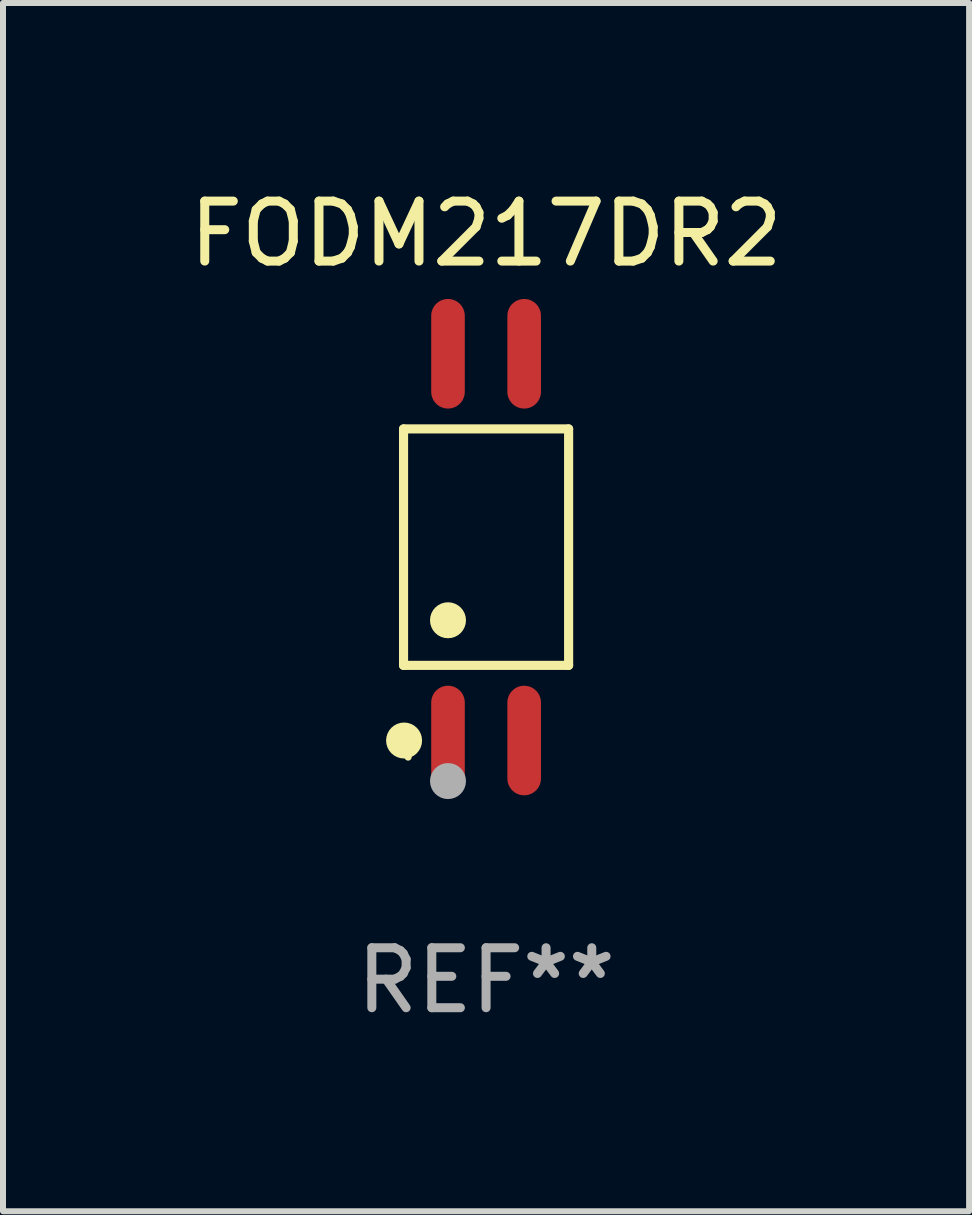
<source format=kicad_pcb>
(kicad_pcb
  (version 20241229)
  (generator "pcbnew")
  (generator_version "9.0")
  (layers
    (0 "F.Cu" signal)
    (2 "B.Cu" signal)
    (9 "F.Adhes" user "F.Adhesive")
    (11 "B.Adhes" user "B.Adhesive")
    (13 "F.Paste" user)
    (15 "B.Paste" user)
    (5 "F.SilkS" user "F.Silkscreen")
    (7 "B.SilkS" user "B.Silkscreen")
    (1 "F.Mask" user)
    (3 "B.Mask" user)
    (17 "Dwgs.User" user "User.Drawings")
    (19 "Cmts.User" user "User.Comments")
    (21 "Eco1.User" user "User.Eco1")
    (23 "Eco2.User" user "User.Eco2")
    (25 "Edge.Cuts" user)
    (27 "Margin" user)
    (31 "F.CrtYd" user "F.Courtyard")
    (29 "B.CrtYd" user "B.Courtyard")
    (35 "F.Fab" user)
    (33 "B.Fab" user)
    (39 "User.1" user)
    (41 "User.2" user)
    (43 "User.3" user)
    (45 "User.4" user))
  (footprint "FODM217DR2"
    (layer "F.Cu")
    (at 5.054 6.072)
    (property "Reference" "FODM217DR2" (at 0 -5.224 0) (layer "F.SilkS") (effects (font (size 1 1) (thickness 0.15))))
    (attr through_hole)
    (fp_line (start -1.376 -1.971) (end 1.376 -1.971) (stroke (width 0.152) (type solid)) (layer "F.SilkS"))
    (fp_line (start -1.376 1.971) (end -1.376 -1.971) (stroke (width 0.152) (type solid)) (layer "F.SilkS"))
    (fp_line (start 1.376 -1.971) (end 1.376 1.971) (stroke (width 0.152) (type solid)) (layer "F.SilkS"))
    (fp_line (start 1.376 1.971) (end -1.376 1.971) (stroke (width 0.152) (type solid)) (layer "F.SilkS"))
    (fp_circle (center -1.367 3.224) (end -1.217 3.224) (stroke (width 0.3) (type solid)) (fill no) (layer "F.SilkS"))
    (fp_circle (center -1.3 3.5) (end -1.27 3.5) (stroke (width 0.06) (type solid)) (fill no) (layer "F.SilkS"))
    (fp_circle (center -0.635 1.219) (end -0.485 1.219) (stroke (width 0.3) (type solid)) (fill no) (layer "F.SilkS"))
    (fp_circle (center -0.635 3.9) (end -0.485 3.9) (stroke (width 0.3) (type solid)) (fill no) (layer "F.Fab"))
    (fp_text user "REF**" (at 0 7.224 0) (layer "F.Fab") (effects (font (size 1 1) (thickness 0.15))))
    (pad "1" smd oval (at -0.635 3.224) (size 0.56 1.827) (layers "F.Cu" "F.Mask" "F.Paste"))
    (pad "2" smd oval (at 0.635 3.224) (size 0.56 1.827) (layers "F.Cu" "F.Mask" "F.Paste"))
    (pad "3" smd oval (at 0.635 -3.224) (size 0.56 1.827) (layers "F.Cu" "F.Mask" "F.Paste"))
    (pad "4" smd oval (at -0.635 -3.224) (size 0.56 1.827) (layers "F.Cu" "F.Mask" "F.Paste")))
  (gr_rect
    (start -3 -3)
    (end 13.107 17.144)
    (stroke (width 0.1) (type default))
    (fill no)
    (layer "Edge.Cuts")))
</source>
